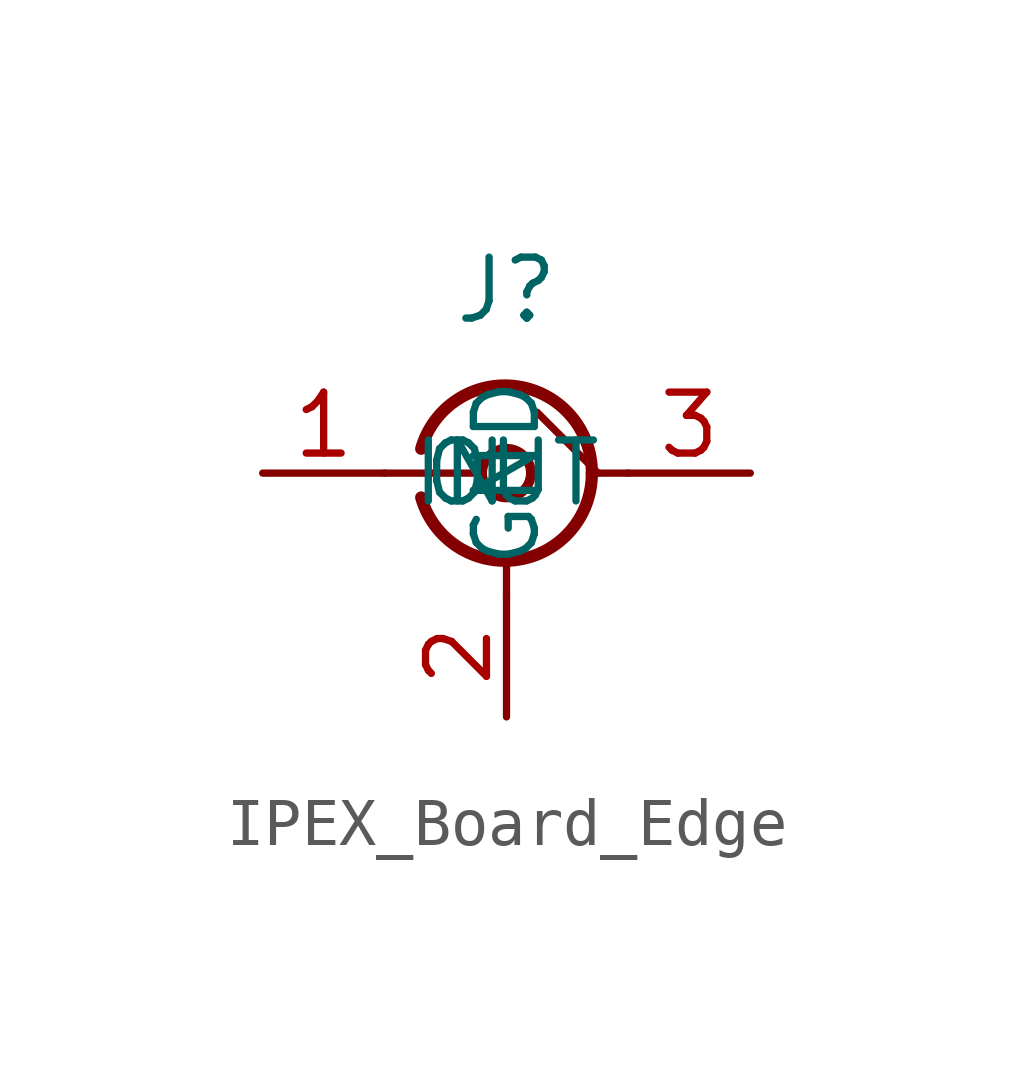
<source format=kicad_sym>
(kicad_symbol_lib
  (version 20220914)
  (generator kicad_symbol_editor)
  (symbol "IPEX_Board_Edge"
    (property "Reference" "J"
      (at 0 3.81 0)
      (effects (font (size 1.27 1.27))))
    (property "Value" ""
      (at 0 0 0)
      (effects (font (size 1.27 1.27))))
    (symbol "IPEX_Board_Edge_0_1"
      (arc (start -1.778 -0.508) (mid 0.2311 -1.8066) (end 1.778 0) (stroke (width 0.254) (type default)) (fill (type none)))
      (polyline (pts (xy -2.54 0) (xy -0.508 0)) (stroke (width 0) (type default)) (fill (type none)))
      (polyline (pts (xy 0 -2.54) (xy 0 -1.778)) (stroke (width 0) (type default)) (fill (type none)))
      (polyline (pts (xy 1.905 0) (xy 0.635 1.27)) (stroke (width 0) (type default)) (fill (type none)))
      (polyline (pts (xy 2.54 0) (xy 1.778 0)) (stroke (width 0) (type default)) (fill (type none)))
      (circle (center 0 0) (radius 0.508) (stroke (width 0.203) (type default)) (fill (type none)))
      (arc (start 1.778 0) (mid 0.2099 1.8101) (end -1.778 0.508) (stroke (width 0.254) (type default)) (fill (type none))))
    (symbol "IPEX_Board_Edge_1_1"
      (pin passive line (at -5.08 0 0) (length 2.54) (name "IN" (effects (font (size 1.27 1.27)))) (number "1" (effects (font (size 1.27 1.27)))))
      (pin passive line (at 0 -5.08 90) (length 2.54) (name "GND" (effects (font (size 1.27 1.27)))) (number "2" (effects (font (size 1.27 1.27)))))
      (pin passive line (at 5.08 0 180) (length 2.54) (name "OUT" (effects (font (size 1.27 1.27)))) (number "3" (effects (font (size 1.27 1.27))))))))
</source>
